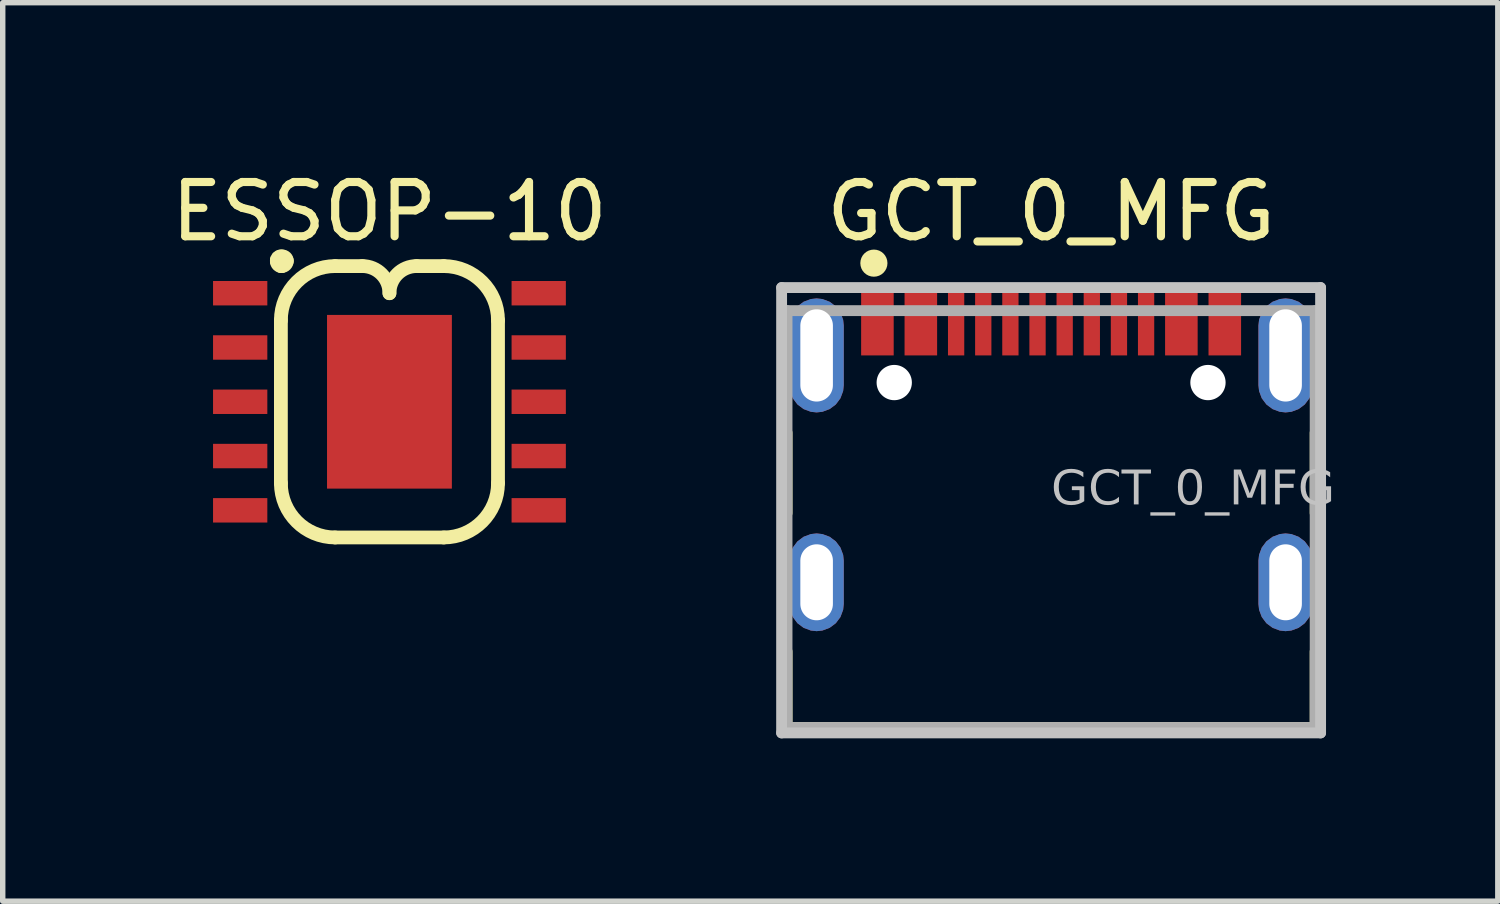
<source format=kicad_pcb>
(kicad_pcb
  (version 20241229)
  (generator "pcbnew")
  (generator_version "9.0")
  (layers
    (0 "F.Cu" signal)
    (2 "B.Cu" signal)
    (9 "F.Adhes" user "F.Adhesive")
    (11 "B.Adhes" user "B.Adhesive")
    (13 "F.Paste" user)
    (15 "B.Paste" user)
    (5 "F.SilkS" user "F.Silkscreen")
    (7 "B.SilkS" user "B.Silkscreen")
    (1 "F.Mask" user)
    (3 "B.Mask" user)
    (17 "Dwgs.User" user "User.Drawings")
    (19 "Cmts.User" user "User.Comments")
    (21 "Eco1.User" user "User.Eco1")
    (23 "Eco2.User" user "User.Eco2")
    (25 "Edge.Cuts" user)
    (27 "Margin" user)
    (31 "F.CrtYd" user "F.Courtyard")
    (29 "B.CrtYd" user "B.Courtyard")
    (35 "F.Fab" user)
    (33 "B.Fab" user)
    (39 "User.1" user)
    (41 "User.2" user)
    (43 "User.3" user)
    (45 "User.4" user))
  (footprint "ESSOP-10"
    (layer "F.Cu")
    (at 4.125 4.352)
    (property "Reference" "ESSOP-10" (at 0 -3.504 0) (layer "F.SilkS") (effects (font (size 1 1) (thickness 0.15))))
    (fp_line (start -2.074 -2.586) (end -2.074 -2.608) (stroke (width 0.254) (type solid)) (layer "F.SilkS"))
    (fp_line (start -2.005 -2.677) (end -1.972 -2.677) (stroke (width 0.254) (type solid)) (layer "F.SilkS"))
    (fp_line (start -2 -2.5) (end -1.986 -2.5) (stroke (width 0.254) (type solid)) (layer "F.SilkS"))
    (fp_line (start -2 1.5) (end -2 -1.5) (stroke (width 0.254) (type solid)) (layer "F.SilkS"))
    (fp_line (start -1 -2.5) (end -0.5 -2.5) (stroke (width 0.254) (type solid)) (layer "F.SilkS"))
    (fp_line (start -1 2.5) (end 1 2.5) (stroke (width 0.254) (type solid)) (layer "F.SilkS"))
    (fp_line (start 0.5 -2.5) (end 1 -2.5) (stroke (width 0.254) (type solid)) (layer "F.SilkS"))
    (fp_line (start 2 1.5) (end 2 -1.5) (stroke (width 0.254) (type solid)) (layer "F.SilkS"))
    (fp_arc (start -2.07411 -2.60754) (mid -2.053874 -2.656394) (end -2.00502 -2.67663) (stroke (width 0.254) (type solid)) (layer "F.SilkS"))
    (fp_arc (start -2 -1.5) (mid -1.707107 -2.207107) (end -1 -2.5) (stroke (width 0.254) (type solid)) (layer "F.SilkS"))
    (fp_arc (start -1.98827 -2.50042) (mid -2.048961 -2.525559) (end -2.0741 -2.58625) (stroke (width 0.254) (type solid)) (layer "F.SilkS"))
    (fp_arc (start -1.97153 -2.67663) (mid -1.914113 -2.652847) (end -1.89033 -2.59543) (stroke (width 0.254) (type solid)) (layer "F.SilkS"))
    (fp_arc (start -1.89033 -2.59543) (mid -1.918281 -2.527951) (end -1.98576 -2.5) (stroke (width 0.254) (type solid)) (layer "F.SilkS"))
    (fp_arc (start -1 2.5) (mid -1.707107 2.207107) (end -2 1.5) (stroke (width 0.254) (type solid)) (layer "F.SilkS"))
    (fp_arc (start -0.5 -2.5) (mid -0.146447 -2.353553) (end 0 -2) (stroke (width 0.254) (type solid)) (layer "F.SilkS"))
    (fp_arc (start 0 -2) (mid 0.146447 -2.353553) (end 0.5 -2.5) (stroke (width 0.254) (type solid)) (layer "F.SilkS"))
    (fp_arc (start 1 -2.5) (mid 1.707107 -2.207107) (end 2 -1.5) (stroke (width 0.254) (type solid)) (layer "F.SilkS"))
    (fp_arc (start 2 1.5) (mid 1.707107 2.207107) (end 1 2.5) (stroke (width 0.254) (type solid)) (layer "F.SilkS"))
    (pad "0" smd rect (at 0 0) (size 2.3 3.2) (layers "F.Cu" "F.Mask" "F.Paste"))
    (pad "1" smd rect (at -2.75 -2) (size 1 0.45) (layers "F.Cu" "F.Mask" "F.Paste"))
    (pad "2" smd rect (at -2.75 -1) (size 1 0.45) (layers "F.Cu" "F.Mask" "F.Paste"))
    (pad "3" smd rect (at -2.75 0) (size 1 0.45) (layers "F.Cu" "F.Mask" "F.Paste"))
    (pad "4" smd rect (at -2.75 1) (size 1 0.45) (layers "F.Cu" "F.Mask" "F.Paste"))
    (pad "5" smd rect (at -2.75 2) (size 1 0.45) (layers "F.Cu" "F.Mask" "F.Paste"))
    (pad "6" smd rect (at 2.75 2) (size 1 0.45) (layers "F.Cu" "F.Mask" "F.Paste"))
    (pad "7" smd rect (at 2.75 1) (size 1 0.45) (layers "F.Cu" "F.Mask" "F.Paste"))
    (pad "8" smd rect (at 2.75 0) (size 1 0.45) (layers "F.Cu" "F.Mask" "F.Paste"))
    (pad "9" smd rect (at 2.75 -1) (size 1 0.45) (layers "F.Cu" "F.Mask" "F.Paste"))
    (pad "10" smd rect (at 2.75 -2) (size 1 0.45) (layers "F.Cu" "F.Mask" "F.Paste")))
  (footprint "GCT_0_MFG"
    (layer "F.Cu")
    (at 16.315 6.513)
    (property "Reference" "GCT_0_MFG" (at 0 -5.665 0) (layer "F.SilkS") (effects (font (size 1 1) (thickness 0.15))))
    (fp_line (start -4.865 -0.11) (end -4.865 -1.59) (stroke (width 0.2) (type solid)) (layer "F.SilkS"))
    (fp_line (start -4.865 3.84) (end -4.865 2.44) (stroke (width 0.2) (type solid)) (layer "F.SilkS"))
    (fp_line (start -4.865 3.84) (end 4.865 3.84) (stroke (width 0.2) (type solid)) (layer "F.SilkS"))
    (fp_line (start 4.865 -0.11) (end 4.865 -1.59) (stroke (width 0.2) (type solid)) (layer "F.SilkS"))
    (fp_line (start 4.865 3.84) (end 4.865 2.44) (stroke (width 0.2) (type solid)) (layer "F.SilkS"))
    (fp_circle (center -3.265 -4.715) (end -3.265 -4.84) (stroke (width 0.25) (type solid)) (fill no) (layer "F.SilkS"))
    (fp_line (start -4.965 -4.265) (end 4.965 -4.265) (stroke (width 0.2) (type solid)) (layer "Dwgs.User"))
    (fp_line (start -4.965 3.94) (end -4.965 -4.265) (stroke (width 0.2) (type solid)) (layer "Dwgs.User"))
    (fp_line (start -4.965 3.94) (end 4.965 3.94) (stroke (width 0.2) (type solid)) (layer "Dwgs.User"))
    (fp_line (start 4.965 3.94) (end 4.965 -4.265) (stroke (width 0.2) (type solid)) (layer "Dwgs.User"))
    (fp_line (start -4.965 -4.265) (end 4.965 -4.265) (stroke (width 0.2) (type solid)) (layer "Eco2.User"))
    (fp_line (start -4.965 3.94) (end -4.965 -4.265) (stroke (width 0.2) (type solid)) (layer "Eco2.User"))
    (fp_line (start -4.965 3.94) (end 4.965 3.94) (stroke (width 0.2) (type solid)) (layer "Eco2.User"))
    (fp_line (start -0.5 0) (end 0.5 0) (stroke (width 0.1) (type solid)) (layer "Eco2.User"))
    (fp_line (start 0 0.5) (end 0 -0.5) (stroke (width 0.1) (type solid)) (layer "Eco2.User"))
    (fp_line (start 4.965 3.94) (end 4.965 -4.265) (stroke (width 0.2) (type solid)) (layer "Eco2.User"))
    (fp_line (start -4.865 -3.84) (end 4.865 -3.84) (stroke (width 0.2) (type solid)) (layer "F.Fab"))
    (fp_line (start -4.865 3.84) (end -4.865 -3.84) (stroke (width 0.2) (type solid)) (layer "F.Fab"))
    (fp_line (start -4.865 3.84) (end 4.865 3.84) (stroke (width 0.2) (type solid)) (layer "F.Fab"))
    (fp_line (start 4.865 3.84) (end 4.865 -3.84) (stroke (width 0.2) (type solid)) (layer "F.Fab"))
    (fp_text user "${REFERENCE}" (at 0 -0.163 0) (unlocked yes) (layer "Dwgs.User") (effects (font (face "Arial") (size 0.63 0.63) (thickness 0.1)) (justify left bottom)))
    (pad "" np_thru_hole circle (at -2.89 -2.515) (size 0.65 0.65) (drill 0.65) (layers "*.Cu" "*.Mask"))
    (pad "" np_thru_hole circle (at 2.89 -2.515) (size 0.65 0.65) (drill 0.65) (layers "*.Cu" "*.Mask"))
    (pad "1" thru_hole roundrect (at -4.32 -3.015) (size 1 2.1) (drill oval 0.6 1.7) (layers "*.Cu" "*.Mask") (roundrect_rratio 0.5))
    (pad "2" thru_hole roundrect (at 4.32 -3.015) (size 1 2.1) (drill oval 0.6 1.7) (layers "*.Cu" "*.Mask") (roundrect_rratio 0.5))
    (pad "3" thru_hole roundrect (at -4.32 1.165) (size 1 1.8) (drill oval 0.6 1.4) (layers "*.Cu" "*.Mask") (roundrect_rratio 0.5))
    (pad "4" thru_hole roundrect (at 4.32 1.165) (size 1 1.8) (drill oval 0.6 1.4) (layers "*.Cu" "*.Mask") (roundrect_rratio 0.5))
    (pad "A1-B12" smd rect (at -3.2 -3.59) (size 0.6 1.15) (layers "F.Cu" "F.Mask" "F.Paste"))
    (pad "A4-B9" smd rect (at -2.4 -3.59) (size 0.6 1.15) (layers "F.Cu" "F.Mask" "F.Paste"))
    (pad "A5" smd rect (at -1.25 -3.59) (size 0.3 1.15) (layers "F.Cu" "F.Mask" "F.Paste"))
    (pad "A6" smd rect (at -0.25 -3.59) (size 0.3 1.15) (layers "F.Cu" "F.Mask" "F.Paste"))
    (pad "A7" smd rect (at 0.25 -3.59) (size 0.3 1.15) (layers "F.Cu" "F.Mask" "F.Paste"))
    (pad "A8" smd rect (at 1.25 -3.59) (size 0.3 1.15) (layers "F.Cu" "F.Mask" "F.Paste"))
    (pad "B1-A12" smd rect (at 3.2 -3.59) (size 0.6 1.15) (layers "F.Cu" "F.Mask" "F.Paste"))
    (pad "B4-A9" smd rect (at 2.4 -3.59) (size 0.6 1.15) (layers "F.Cu" "F.Mask" "F.Paste"))
    (pad "B5" smd rect (at 1.75 -3.59) (size 0.3 1.15) (layers "F.Cu" "F.Mask" "F.Paste"))
    (pad "B6" smd rect (at 0.75 -3.59) (size 0.3 1.15) (layers "F.Cu" "F.Mask" "F.Paste"))
    (pad "B7" smd rect (at -0.75 -3.59) (size 0.3 1.15) (layers "F.Cu" "F.Mask" "F.Paste"))
    (pad "B8" smd rect (at -1.75 -3.59) (size 0.3 1.15) (layers "F.Cu" "F.Mask" "F.Paste")))
  (gr_rect
    (start -3 -3)
    (end 24.545 13.553)
    (stroke (width 0.1) (type default))
    (fill no)
    (layer "Edge.Cuts")))
</source>
